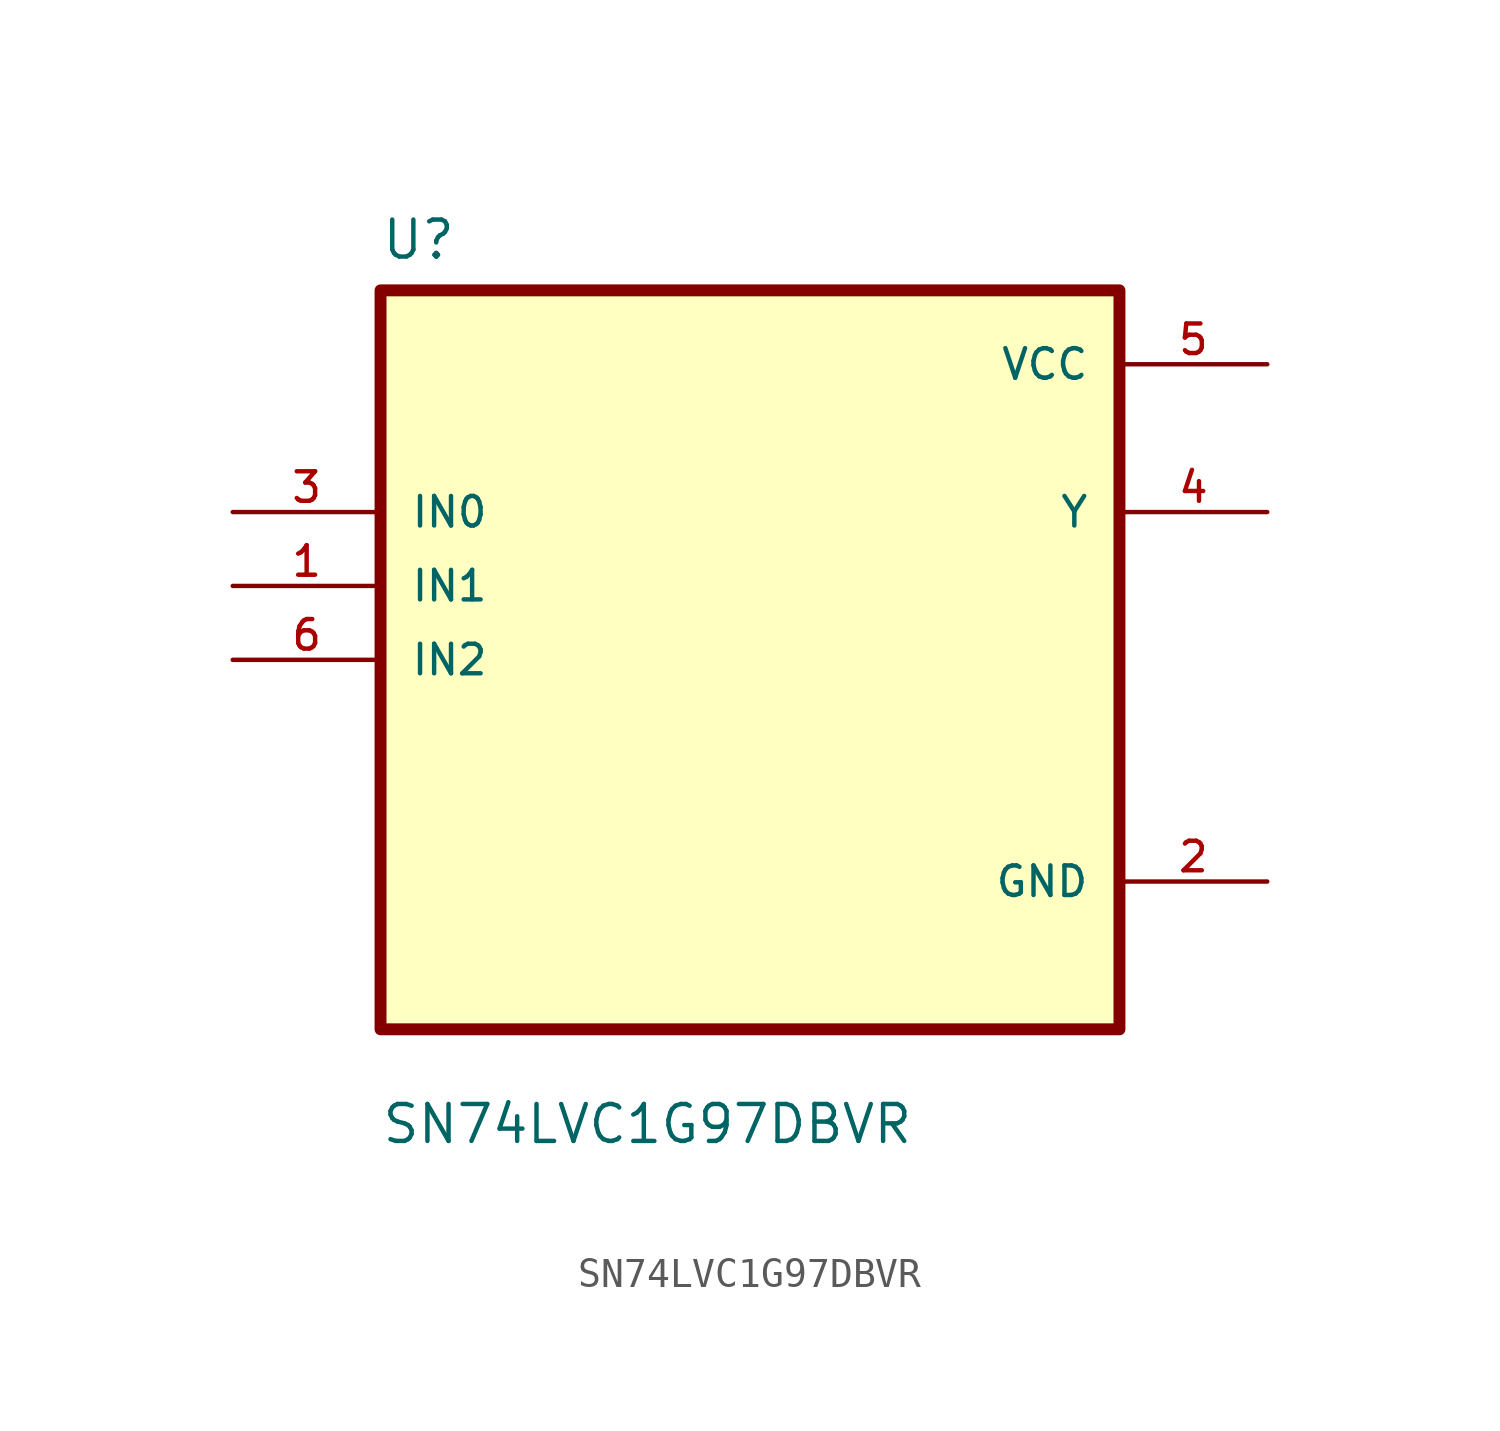
<source format=kicad_sym>
(kicad_symbol_lib
  (version 20211014)
  (generator kicad_symbol_editor)
  (symbol "SN74LVC1G97DBVR"
    (pin_names
      (offset 1.016))
    (property "Reference" "U"
      (at -12.7 13.7 0.0)
      (effects (font (size 1.27 1.27)) (justify bottom left)))
    (property "Value" "SN74LVC1G97DBVR"
      (at -12.7 -16.7 0.0)
      (effects (font (size 1.27 1.27)) (justify bottom left)))
    (symbol "SN74LVC1G97DBVR_0_0"
      (rectangle (start -12.7 -12.7) (end 12.7 12.7) (stroke (width 0.41)) (fill (type background)))
      (pin input line (at -17.78 5.08 0) (length 5.08) (name "IN0" (effects (font (size 1.016 1.016)))) (number "3" (effects (font (size 1.016 1.016)))))
      (pin input line (at -17.78 2.54 0) (length 5.08) (name "IN1" (effects (font (size 1.016 1.016)))) (number "1" (effects (font (size 1.016 1.016)))))
      (pin input line (at -17.78 -8.88178e-16 0) (length 5.08) (name "IN2" (effects (font (size 1.016 1.016)))) (number "6" (effects (font (size 1.016 1.016)))))
      (pin power_in line (at 17.78 10.16 180.0) (length 5.08) (name "VCC" (effects (font (size 1.016 1.016)))) (number "5" (effects (font (size 1.016 1.016)))))
      (pin output line (at 17.78 5.08 180.0) (length 5.08) (name "Y" (effects (font (size 1.016 1.016)))) (number "4" (effects (font (size 1.016 1.016)))))
      (pin power_in line (at 17.78 -7.62 180.0) (length 5.08) (name "GND" (effects (font (size 1.016 1.016)))) (number "2" (effects (font (size 1.016 1.016))))))))
</source>
